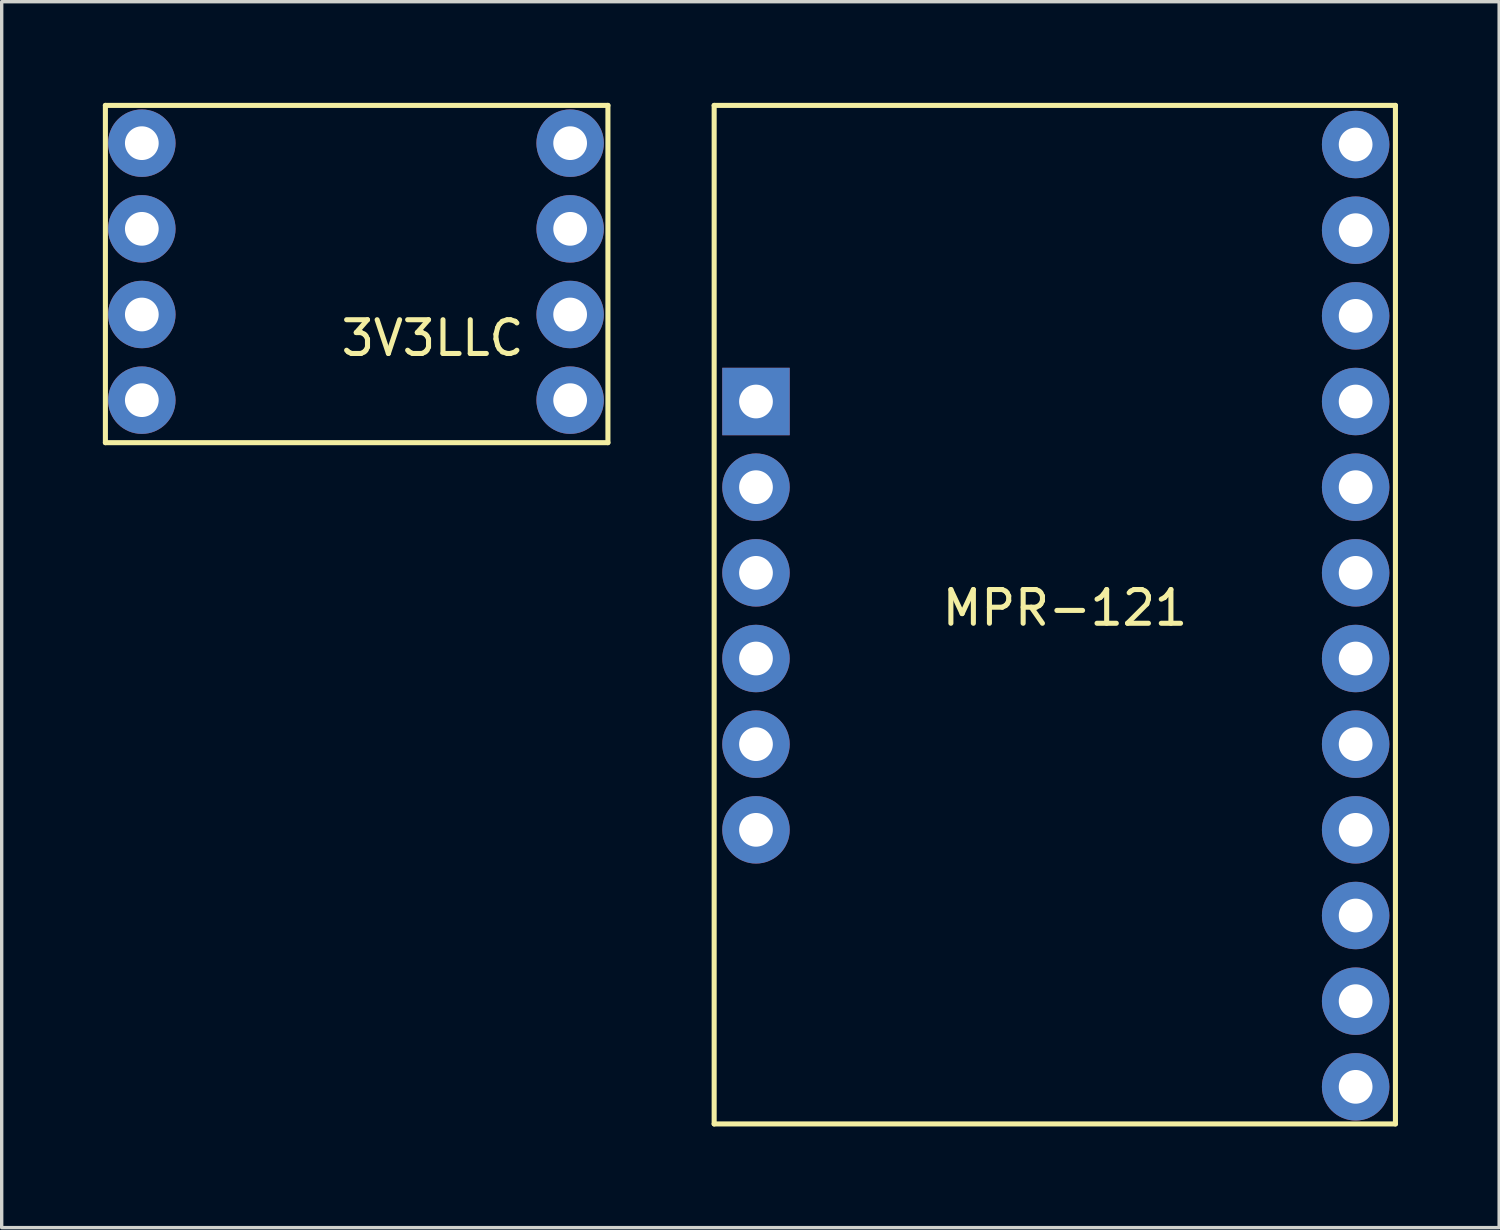
<source format=kicad_pcb>
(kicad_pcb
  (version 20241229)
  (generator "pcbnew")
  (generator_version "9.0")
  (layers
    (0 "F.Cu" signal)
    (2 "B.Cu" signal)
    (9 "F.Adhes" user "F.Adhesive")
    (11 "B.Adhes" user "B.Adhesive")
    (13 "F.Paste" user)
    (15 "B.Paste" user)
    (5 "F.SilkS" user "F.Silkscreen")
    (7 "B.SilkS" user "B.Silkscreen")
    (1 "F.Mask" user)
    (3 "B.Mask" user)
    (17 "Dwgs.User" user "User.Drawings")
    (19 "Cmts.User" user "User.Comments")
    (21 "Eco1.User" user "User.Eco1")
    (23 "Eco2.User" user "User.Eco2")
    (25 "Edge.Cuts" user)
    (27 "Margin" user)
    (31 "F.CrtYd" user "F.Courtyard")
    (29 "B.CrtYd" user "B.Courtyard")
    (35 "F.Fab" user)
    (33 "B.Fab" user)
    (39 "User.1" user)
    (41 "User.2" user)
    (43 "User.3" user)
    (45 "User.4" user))
  (footprint "3V3LLC"
    (layer "F.Cu")
    (at 8.775 6.275)
    (property "Reference" "3V3LLC" (at 1 0.7 0) (layer "F.SilkS") (effects (font (size 1 1) (thickness 0.15))))
    (attr through_hole)
    (fp_line (start -8.7 -6.2) (end -8.7 3.8) (stroke (width 0.15) (type solid)) (layer "F.SilkS"))
    (fp_line (start -8.7 3.8) (end 6.2 3.8) (stroke (width 0.15) (type solid)) (layer "F.SilkS"))
    (fp_line (start 6.2 -6.2) (end -8.7 -6.2) (stroke (width 0.15) (type solid)) (layer "F.SilkS"))
    (fp_line (start 6.2 3.8) (end 6.2 -6.2) (stroke (width 0.15) (type solid)) (layer "F.SilkS"))
    (pad "1" thru_hole circle (at -7.62 -5.08) (size 2 2) (drill 1) (layers "*.Cu" "*.Mask"))
    (pad "2" thru_hole circle (at -7.62 -2.54) (size 2 2) (drill 1) (layers "*.Cu" "*.Mask"))
    (pad "3" thru_hole circle (at -7.62 0) (size 2 2) (drill 1) (layers "*.Cu" "*.Mask"))
    (pad "4" thru_hole circle (at -7.62 2.54) (size 2 2) (drill 1) (layers "*.Cu" "*.Mask"))
    (pad "5" thru_hole circle (at 5.08 -5.08) (size 2 2) (drill 1) (layers "*.Cu" "*.Mask"))
    (pad "6" thru_hole circle (at 5.08 -2.54) (size 2 2) (drill 1) (layers "*.Cu" "*.Mask"))
    (pad "7" thru_hole circle (at 5.08 0) (size 2 2) (drill 1) (layers "*.Cu" "*.Mask"))
    (pad "8" thru_hole circle (at 5.08 2.54) (size 2 2) (drill 1) (layers "*.Cu" "*.Mask")))
  (footprint "MPR-121"
    (layer "F.Cu")
    (at 29.525 16.475)
    (property "Reference" "MPR-121" (at -1 -1.5 0) (layer "F.SilkS") (effects (font (size 1 1) (thickness 0.15))))
    (attr through_hole)
    (fp_line (start -11.4 -16.4) (end -11.4 13.8) (stroke (width 0.15) (type solid)) (layer "F.SilkS"))
    (fp_line (start -11.4 13.8) (end 8.8 13.8) (stroke (width 0.15) (type solid)) (layer "F.SilkS"))
    (fp_line (start 8.8 -16.4) (end -11.4 -16.4) (stroke (width 0.15) (type solid)) (layer "F.SilkS"))
    (fp_line (start 8.8 13.8) (end 8.8 -16.4) (stroke (width 0.15) (type solid)) (layer "F.SilkS"))
    (pad "1" thru_hole rect (at -10.16 -7.62) (size 2 2) (drill 1) (layers "*.Cu" "*.Mask"))
    (pad "2" thru_hole circle (at -10.16 -5.08) (size 2 2) (drill 1) (layers "*.Cu" "*.Mask"))
    (pad "3" thru_hole circle (at -10.16 -2.54) (size 2 2) (drill 1) (layers "*.Cu" "*.Mask"))
    (pad "4" thru_hole circle (at -10.16 0) (size 2 2) (drill 1) (layers "*.Cu" "*.Mask"))
    (pad "5" thru_hole circle (at -10.16 2.54) (size 2 2) (drill 1) (layers "*.Cu" "*.Mask"))
    (pad "6" thru_hole circle (at -10.16 5.08) (size 2 2) (drill 1) (layers "*.Cu" "*.Mask"))
    (pad "7" thru_hole circle (at 7.62 12.7) (size 2 2) (drill 1) (layers "*.Cu" "*.Mask"))
    (pad "8" thru_hole circle (at 7.62 10.16) (size 2 2) (drill 1) (layers "*.Cu" "*.Mask"))
    (pad "9" thru_hole circle (at 7.62 7.62) (size 2 2) (drill 1) (layers "*.Cu" "*.Mask"))
    (pad "10" thru_hole circle (at 7.62 5.08) (size 2 2) (drill 1) (layers "*.Cu" "*.Mask"))
    (pad "11" thru_hole circle (at 7.62 2.54) (size 2 2) (drill 1) (layers "*.Cu" "*.Mask"))
    (pad "12" thru_hole circle (at 7.62 0) (size 2 2) (drill 1) (layers "*.Cu" "*.Mask"))
    (pad "13" thru_hole circle (at 7.62 -2.54) (size 2 2) (drill 1) (layers "*.Cu" "*.Mask"))
    (pad "14" thru_hole circle (at 7.62 -5.08) (size 2 2) (drill 1) (layers "*.Cu" "*.Mask"))
    (pad "15" thru_hole circle (at 7.62 -7.62) (size 2 2) (drill 1) (layers "*.Cu" "*.Mask"))
    (pad "16" thru_hole circle (at 7.62 -10.16) (size 2 2) (drill 1) (layers "*.Cu" "*.Mask"))
    (pad "17" thru_hole circle (at 7.62 -12.7) (size 2 2) (drill 1) (layers "*.Cu" "*.Mask"))
    (pad "18" thru_hole circle (at 7.62 -15.24) (size 2 2) (drill 1) (layers "*.Cu" "*.Mask")))
  (gr_rect
    (start -3 -3)
    (end 41.4 33.35)
    (stroke (width 0.1) (type default))
    (fill no)
    (layer "Edge.Cuts")))
</source>
